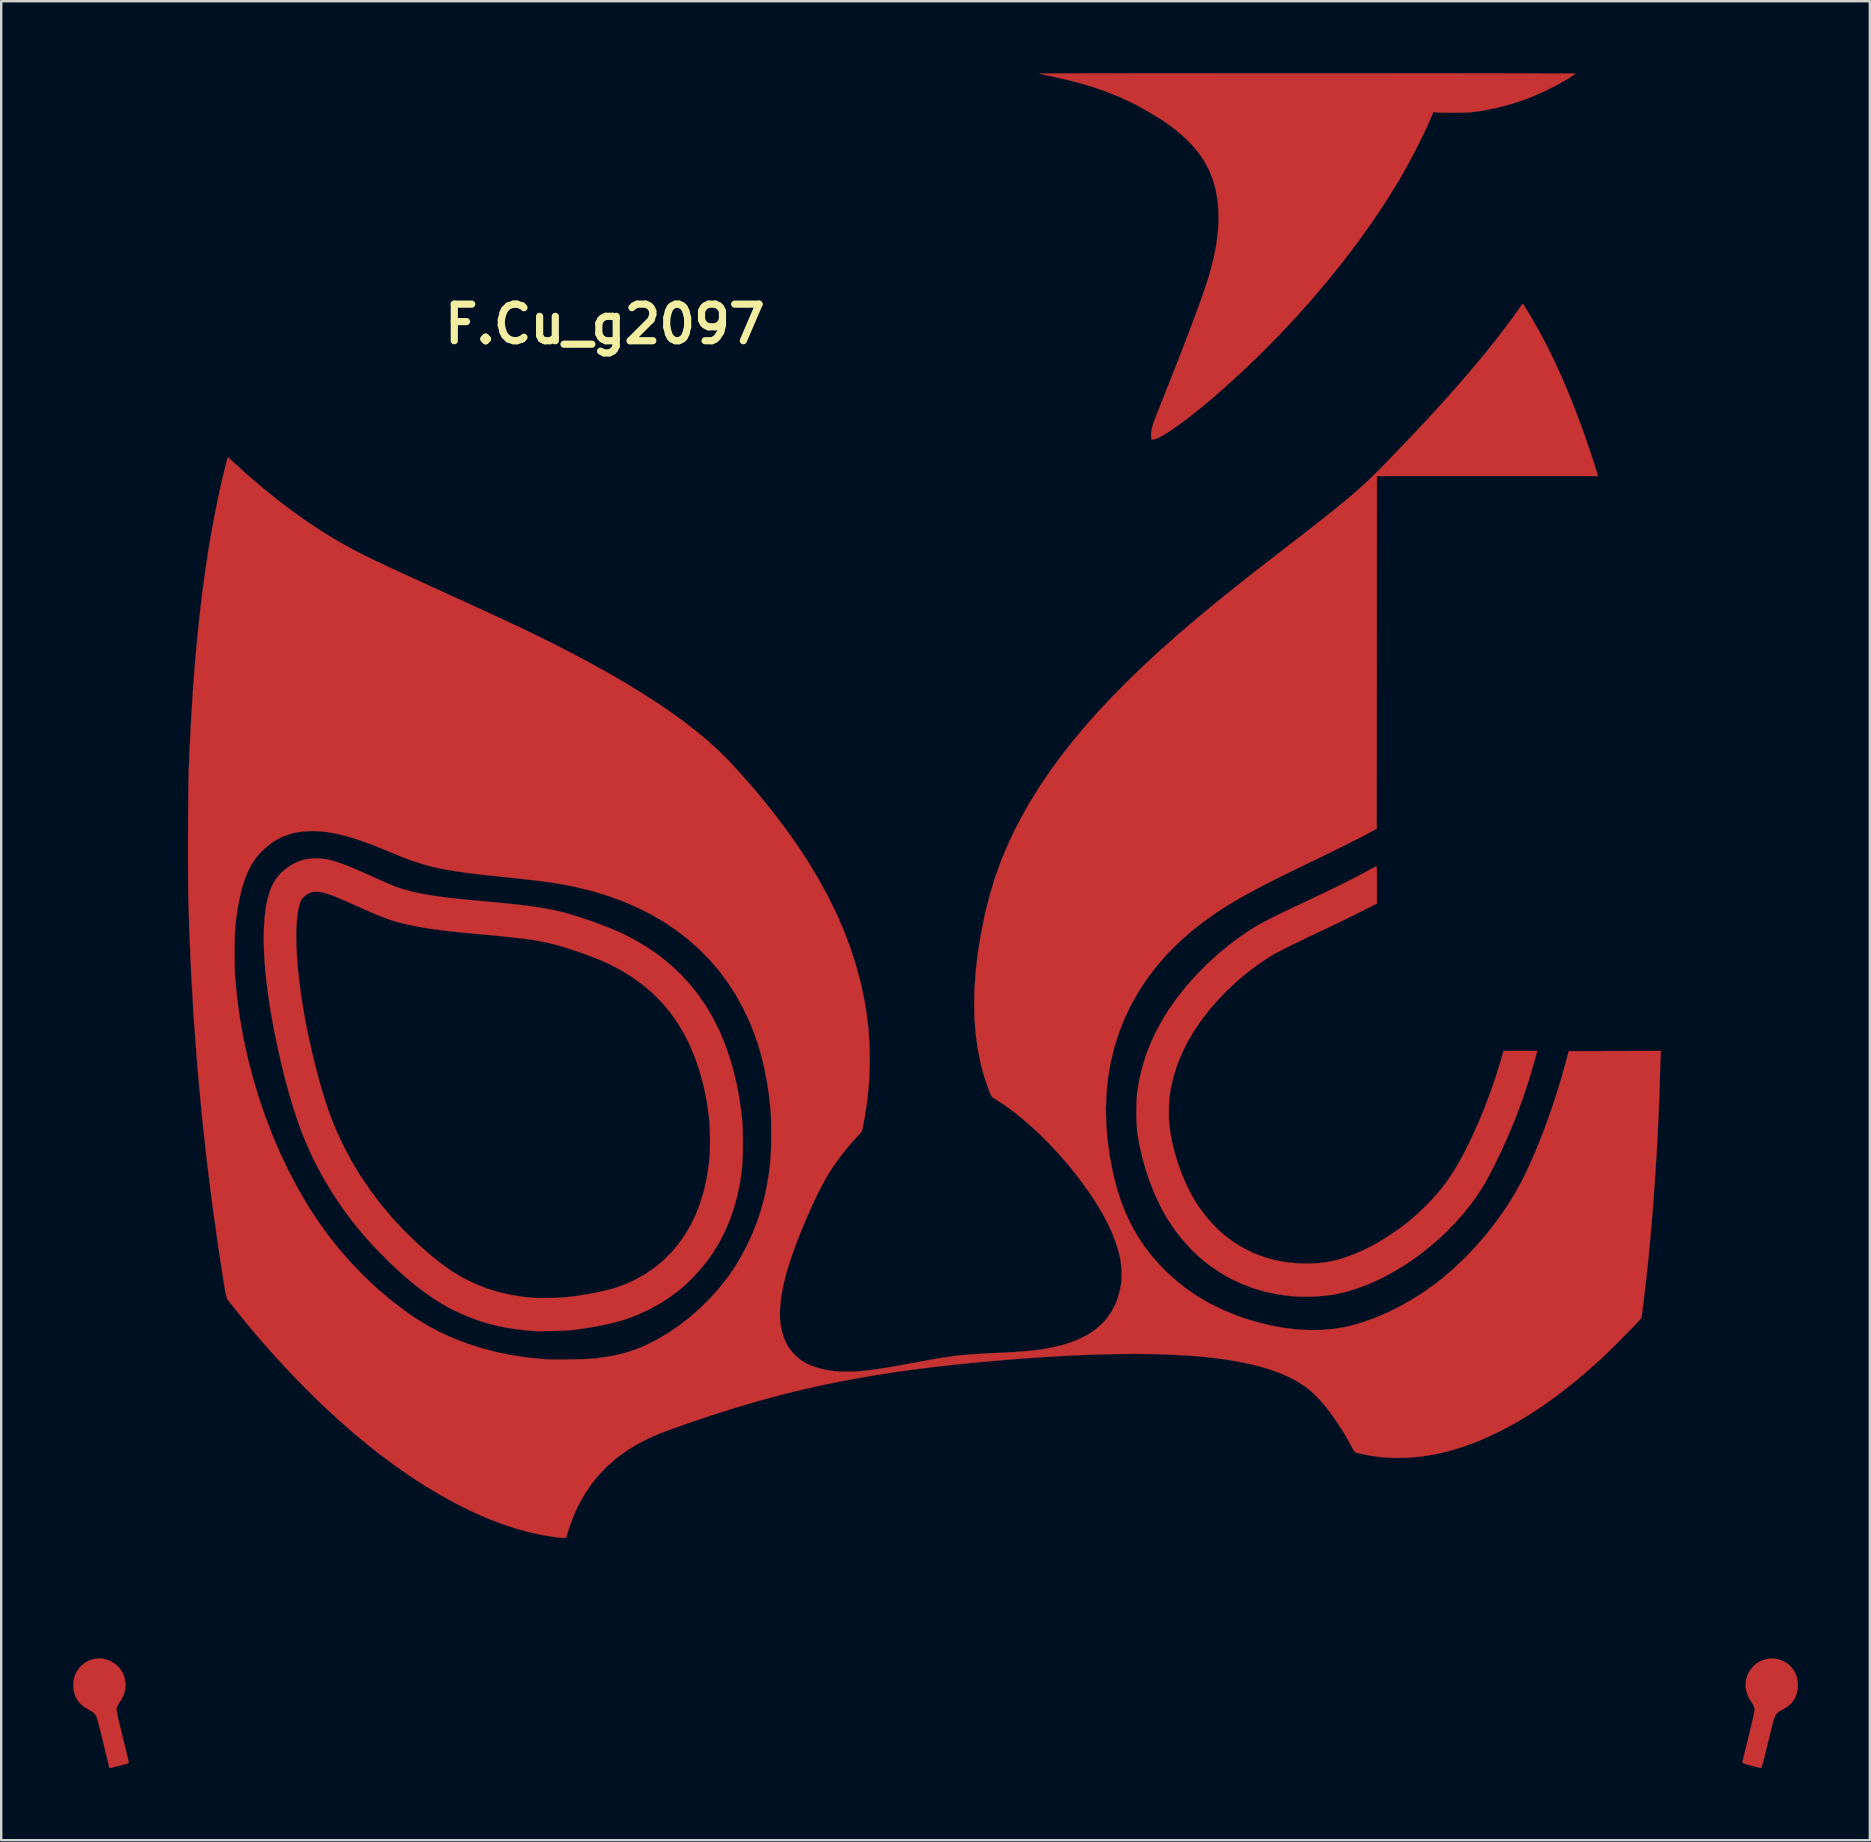
<source format=kicad_pcb>
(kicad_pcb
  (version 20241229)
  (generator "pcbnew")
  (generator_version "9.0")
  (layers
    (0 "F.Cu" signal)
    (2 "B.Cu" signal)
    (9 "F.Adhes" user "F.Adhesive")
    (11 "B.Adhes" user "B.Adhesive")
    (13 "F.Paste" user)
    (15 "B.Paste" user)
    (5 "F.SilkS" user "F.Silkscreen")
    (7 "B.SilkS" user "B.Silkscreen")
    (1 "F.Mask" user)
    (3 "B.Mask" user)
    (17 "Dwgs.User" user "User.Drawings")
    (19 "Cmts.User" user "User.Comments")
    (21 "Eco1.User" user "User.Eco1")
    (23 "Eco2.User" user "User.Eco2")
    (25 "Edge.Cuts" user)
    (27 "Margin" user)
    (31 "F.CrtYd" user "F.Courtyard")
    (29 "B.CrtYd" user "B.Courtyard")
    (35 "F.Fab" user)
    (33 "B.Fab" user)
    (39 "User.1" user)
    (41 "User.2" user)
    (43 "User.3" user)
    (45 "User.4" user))
  (footprint "F.Cu_g2097"
    (layer "F.Cu")
    (at 22.161 10.461)
    (property "Reference" "F.Cu_g2097" (at 0 0 0) (layer "F.SilkS") (effects (font (size 1.524 1.524) (thickness 0.3))))
    (attr through_hole)
    (fp_poly (pts (xy -20.92 55.623) (xy -20.741 55.666) (xy -20.572 55.737) (xy -20.416 55.835) (xy -20.278 55.958) (xy -20.161 56.105) (xy -20.07 56.273) (xy -20.009 56.46) (xy -19.982 56.665) (xy -19.981 56.714) (xy -19.993 56.889) (xy -20.032 57.053) (xy -20.1 57.217) (xy -20.202 57.391) (xy -20.21 57.403) (xy -20.283 57.519) (xy -20.329 57.612) (xy -20.352 57.686) (xy -20.354 57.695) (xy -20.356 57.722) (xy -20.354 57.758) (xy -20.349 57.806) (xy -20.338 57.87) (xy -20.321 57.952) (xy -20.298 58.058) (xy -20.268 58.189) (xy -20.23 58.35) (xy -20.183 58.544) (xy -20.126 58.775) (xy -20.11 58.842) (xy -20.059 59.047) (xy -20.012 59.24) (xy -19.969 59.418) (xy -19.931 59.576) (xy -19.899 59.71) (xy -19.874 59.817) (xy -19.856 59.891) (xy -19.848 59.93) (xy -19.848 59.933) (xy -19.85 59.95) (xy -19.864 59.965) (xy -19.896 59.981) (xy -19.951 60) (xy -20.034 60.024) (xy -20.152 60.054) (xy -20.193 60.065) (xy -20.312 60.095) (xy -20.421 60.123) (xy -20.51 60.145) (xy -20.572 60.161) (xy -20.595 60.166) (xy -20.649 60.178) (xy -20.878 59.23) (xy -20.926 59.031) (xy -20.973 58.84) (xy -21.016 58.662) (xy -21.056 58.502) (xy -21.09 58.365) (xy -21.118 58.255) (xy -21.137 58.178) (xy -21.147 58.144) (xy -21.189 58.03) (xy -21.248 57.935) (xy -21.331 57.853) (xy -21.445 57.776) (xy -21.533 57.728) (xy -21.723 57.613) (xy -21.875 57.48) (xy -21.993 57.326) (xy -22.079 57.148) (xy -22.13 56.968) (xy -22.156 56.749) (xy -22.143 56.535) (xy -22.092 56.332) (xy -22.004 56.143) (xy -21.88 55.974) (xy -21.811 55.903) (xy -21.647 55.776) (xy -21.471 55.685) (xy -21.289 55.631) (xy -21.104 55.611) (xy -20.92 55.623)) (stroke (width 0.01) (type solid)) (fill yes) (layer "F.Cu"))
    (fp_poly (pts (xy 48.758 55.619) (xy 48.951 55.658) (xy 49.132 55.731) (xy 49.298 55.835) (xy 49.443 55.969) (xy 49.562 56.131) (xy 49.652 56.32) (xy 49.658 56.335) (xy 49.683 56.429) (xy 49.703 56.544) (xy 49.714 56.653) (xy 49.709 56.878) (xy 49.666 57.085) (xy 49.588 57.274) (xy 49.475 57.44) (xy 49.329 57.582) (xy 49.15 57.697) (xy 49.144 57.701) (xy 49.044 57.753) (xy 48.962 57.8) (xy 48.896 57.847) (xy 48.841 57.9) (xy 48.795 57.962) (xy 48.755 58.04) (xy 48.718 58.138) (xy 48.681 58.261) (xy 48.641 58.414) (xy 48.595 58.603) (xy 48.587 58.638) (xy 48.511 58.952) (xy 48.445 59.225) (xy 48.387 59.461) (xy 48.337 59.66) (xy 48.295 59.824) (xy 48.261 59.954) (xy 48.233 60.053) (xy 48.212 60.122) (xy 48.197 60.162) (xy 48.187 60.175) (xy 48.187 60.175) (xy 48.16 60.169) (xy 48.1 60.154) (xy 48.012 60.132) (xy 47.903 60.104) (xy 47.784 60.072) (xy 47.649 60.036) (xy 47.55 60.008) (xy 47.482 59.986) (xy 47.439 59.969) (xy 47.416 59.954) (xy 47.409 59.939) (xy 47.41 59.931) (xy 47.416 59.903) (xy 47.431 59.838) (xy 47.455 59.74) (xy 47.485 59.614) (xy 47.522 59.462) (xy 47.564 59.29) (xy 47.61 59.101) (xy 47.659 58.9) (xy 47.669 58.861) (xy 47.719 58.657) (xy 47.765 58.462) (xy 47.807 58.282) (xy 47.844 58.122) (xy 47.875 57.984) (xy 47.899 57.874) (xy 47.914 57.795) (xy 47.921 57.753) (xy 47.921 57.75) (xy 47.902 57.64) (xy 47.846 57.514) (xy 47.768 57.392) (xy 47.654 57.202) (xy 47.58 57.008) (xy 47.544 56.803) (xy 47.541 56.709) (xy 47.56 56.508) (xy 47.618 56.313) (xy 47.709 56.132) (xy 47.831 55.969) (xy 47.978 55.832) (xy 48.147 55.726) (xy 48.157 55.721) (xy 48.356 55.648) (xy 48.558 55.615) (xy 48.758 55.619)) (stroke (width 0.01) (type solid)) (fill yes) (layer "F.Cu"))
    (fp_poly (pts (xy 29.956 -10.456) (xy 30.631 -10.456) (xy 31.295 -10.456) (xy 31.945 -10.456) (xy 32.581 -10.456) (xy 33.201 -10.455) (xy 33.805 -10.455) (xy 34.39 -10.455) (xy 34.956 -10.454) (xy 35.502 -10.454) (xy 36.026 -10.453) (xy 36.527 -10.452) (xy 37.004 -10.452) (xy 37.455 -10.451) (xy 37.88 -10.45) (xy 38.277 -10.45) (xy 38.645 -10.449) (xy 38.982 -10.448) (xy 39.288 -10.447) (xy 39.56 -10.446) (xy 39.799 -10.446) (xy 40.003 -10.445) (xy 40.17 -10.444) (xy 40.299 -10.443) (xy 40.389 -10.442) (xy 40.439 -10.441) (xy 40.45 -10.44) (xy 40.432 -10.424) (xy 40.386 -10.39) (xy 40.317 -10.344) (xy 40.232 -10.29) (xy 40.222 -10.284) (xy 39.644 -9.951) (xy 39.057 -9.66) (xy 38.461 -9.41) (xy 37.854 -9.2) (xy 37.237 -9.032) (xy 36.61 -8.905) (xy 36.28 -8.855) (xy 36.176 -8.842) (xy 36.067 -8.832) (xy 35.947 -8.825) (xy 35.809 -8.82) (xy 35.645 -8.817) (xy 35.449 -8.816) (xy 35.359 -8.816) (xy 35.194 -8.816) (xy 35.038 -8.818) (xy 34.898 -8.82) (xy 34.78 -8.823) (xy 34.69 -8.826) (xy 34.635 -8.83) (xy 34.627 -8.831) (xy 34.53 -8.846) (xy 34.397 -8.535) (xy 34.279 -8.269) (xy 34.142 -7.975) (xy 33.988 -7.661) (xy 33.823 -7.333) (xy 33.649 -7) (xy 33.471 -6.669) (xy 33.293 -6.346) (xy 33.117 -6.04) (xy 33 -5.842) (xy 32.499 -5.04) (xy 31.959 -4.234) (xy 31.383 -3.427) (xy 30.772 -2.622) (xy 30.13 -1.823) (xy 29.46 -1.031) (xy 28.763 -0.252) (xy 28.042 0.514) (xy 27.301 1.261) (xy 26.542 1.989) (xy 25.766 2.693) (xy 25.399 3.014) (xy 25.11 3.259) (xy 24.829 3.491) (xy 24.557 3.71) (xy 24.296 3.913) (xy 24.049 4.099) (xy 23.818 4.266) (xy 23.604 4.414) (xy 23.41 4.54) (xy 23.238 4.643) (xy 23.091 4.721) (xy 22.969 4.774) (xy 22.877 4.799) (xy 22.871 4.8) (xy 22.781 4.81) (xy 22.767 4.703) (xy 22.764 4.577) (xy 22.781 4.426) (xy 22.819 4.256) (xy 22.841 4.177) (xy 22.857 4.13) (xy 22.888 4.048) (xy 22.931 3.935) (xy 22.985 3.796) (xy 23.048 3.633) (xy 23.119 3.452) (xy 23.196 3.257) (xy 23.278 3.052) (xy 23.326 2.932) (xy 23.573 2.312) (xy 23.804 1.725) (xy 24.02 1.173) (xy 24.219 0.656) (xy 24.403 0.173) (xy 24.571 -0.274) (xy 24.722 -0.686) (xy 24.857 -1.061) (xy 24.976 -1.399) (xy 25.077 -1.7) (xy 25.162 -1.964) (xy 25.229 -2.189) (xy 25.241 -2.233) (xy 25.38 -2.784) (xy 25.482 -3.314) (xy 25.548 -3.822) (xy 25.577 -4.309) (xy 25.571 -4.774) (xy 25.528 -5.217) (xy 25.449 -5.639) (xy 25.333 -6.04) (xy 25.181 -6.419) (xy 24.993 -6.777) (xy 24.955 -6.84) (xy 24.755 -7.129) (xy 24.517 -7.417) (xy 24.243 -7.701) (xy 23.936 -7.978) (xy 23.599 -8.245) (xy 23.294 -8.461) (xy 23.173 -8.539) (xy 23.023 -8.632) (xy 22.853 -8.734) (xy 22.673 -8.841) (xy 22.491 -8.946) (xy 22.316 -9.044) (xy 22.157 -9.132) (xy 22.023 -9.202) (xy 22.018 -9.205) (xy 21.489 -9.453) (xy 20.927 -9.68) (xy 20.33 -9.888) (xy 19.698 -10.075) (xy 19.03 -10.242) (xy 18.535 -10.348) (xy 18.407 -10.374) (xy 18.293 -10.398) (xy 18.201 -10.419) (xy 18.136 -10.434) (xy 18.104 -10.443) (xy 18.103 -10.444) (xy 18.123 -10.445) (xy 18.184 -10.446) (xy 18.285 -10.446) (xy 18.425 -10.447) (xy 18.602 -10.448) (xy 18.816 -10.449) (xy 19.064 -10.449) (xy 19.346 -10.45) (xy 19.661 -10.45) (xy 20.007 -10.451) (xy 20.382 -10.452) (xy 20.787 -10.452) (xy 21.219 -10.453) (xy 21.678 -10.453) (xy 22.161 -10.454) (xy 22.669 -10.454) (xy 23.199 -10.454) (xy 23.75 -10.455) (xy 24.322 -10.455) (xy 24.913 -10.455) (xy 25.521 -10.456) (xy 26.146 -10.456) (xy 26.786 -10.456) (xy 27.44 -10.456) (xy 28.107 -10.456) (xy 28.785 -10.456) (xy 29.27 -10.456) (xy 29.956 -10.456)) (stroke (width 0.01) (type solid)) (fill yes) (layer "F.Cu"))
    (fp_poly (pts (xy 32.152 22.594) (xy 32.158 22.611) (xy 32.163 22.645) (xy 32.167 22.702) (xy 32.17 22.783) (xy 32.172 22.893) (xy 32.173 23.035) (xy 32.173 23.214) (xy 32.173 23.363) (xy 32.173 24.146) (xy 31.48 24.496) (xy 31.303 24.584) (xy 31.097 24.686) (xy 30.87 24.797) (xy 30.632 24.913) (xy 30.39 25.029) (xy 30.156 25.141) (xy 29.936 25.245) (xy 29.898 25.263) (xy 29.556 25.425) (xy 29.235 25.577) (xy 28.938 25.721) (xy 28.668 25.853) (xy 28.425 25.974) (xy 28.212 26.081) (xy 28.032 26.175) (xy 27.886 26.254) (xy 27.777 26.317) (xy 27.773 26.32) (xy 27.298 26.628) (xy 26.831 26.973) (xy 26.378 27.348) (xy 25.947 27.748) (xy 25.616 28.088) (xy 25.215 28.545) (xy 24.856 29.006) (xy 24.54 29.473) (xy 24.265 29.944) (xy 24.031 30.42) (xy 23.839 30.902) (xy 23.688 31.39) (xy 23.578 31.884) (xy 23.546 32.078) (xy 23.526 32.252) (xy 23.511 32.454) (xy 23.502 32.671) (xy 23.499 32.89) (xy 23.503 33.097) (xy 23.513 33.279) (xy 23.514 33.291) (xy 23.568 33.716) (xy 23.653 34.157) (xy 23.768 34.606) (xy 23.908 35.055) (xy 24.073 35.495) (xy 24.258 35.919) (xy 24.461 36.318) (xy 24.609 36.572) (xy 24.813 36.877) (xy 25.044 37.179) (xy 25.294 37.468) (xy 25.555 37.735) (xy 25.818 37.971) (xy 25.855 38.001) (xy 26.231 38.277) (xy 26.627 38.517) (xy 27.042 38.719) (xy 27.473 38.883) (xy 27.921 39.009) (xy 28.383 39.096) (xy 28.858 39.144) (xy 29.345 39.153) (xy 29.39 39.151) (xy 29.698 39.135) (xy 29.982 39.106) (xy 30.254 39.061) (xy 30.523 38.998) (xy 30.798 38.916) (xy 31.091 38.811) (xy 31.298 38.729) (xy 31.582 38.606) (xy 31.858 38.472) (xy 32.136 38.322) (xy 32.423 38.152) (xy 32.729 37.957) (xy 32.787 37.918) (xy 33.08 37.717) (xy 33.348 37.518) (xy 33.603 37.311) (xy 33.856 37.088) (xy 34.12 36.838) (xy 34.127 36.832) (xy 34.382 36.574) (xy 34.617 36.319) (xy 34.836 36.062) (xy 35.041 35.798) (xy 35.235 35.521) (xy 35.424 35.228) (xy 35.609 34.912) (xy 35.795 34.568) (xy 35.985 34.192) (xy 36.116 33.92) (xy 36.389 33.317) (xy 36.65 32.687) (xy 36.895 32.043) (xy 37.119 31.396) (xy 37.319 30.759) (xy 37.415 30.422) (xy 37.451 30.29) (xy 38.856 30.29) (xy 38.795 30.517) (xy 38.538 31.407) (xy 38.255 32.267) (xy 37.944 33.105) (xy 37.602 33.926) (xy 37.227 34.736) (xy 37.191 34.809) (xy 37.049 35.096) (xy 36.919 35.351) (xy 36.798 35.578) (xy 36.683 35.784) (xy 36.569 35.974) (xy 36.454 36.156) (xy 36.334 36.335) (xy 36.205 36.516) (xy 36.122 36.629) (xy 35.782 37.06) (xy 35.415 37.475) (xy 35.024 37.872) (xy 34.612 38.25) (xy 34.182 38.606) (xy 33.738 38.938) (xy 33.282 39.244) (xy 32.818 39.522) (xy 32.349 39.77) (xy 31.877 39.985) (xy 31.406 40.167) (xy 30.939 40.313) (xy 30.479 40.421) (xy 30.332 40.447) (xy 30.008 40.49) (xy 29.659 40.519) (xy 29.302 40.532) (xy 28.952 40.529) (xy 28.639 40.511) (xy 28.097 40.443) (xy 27.571 40.336) (xy 27.063 40.192) (xy 26.573 40.009) (xy 26.102 39.79) (xy 25.652 39.535) (xy 25.224 39.245) (xy 24.818 38.92) (xy 24.437 38.56) (xy 24.08 38.168) (xy 23.749 37.743) (xy 23.445 37.286) (xy 23.37 37.161) (xy 23.139 36.735) (xy 22.924 36.276) (xy 22.73 35.794) (xy 22.559 35.295) (xy 22.412 34.787) (xy 22.294 34.278) (xy 22.205 33.776) (xy 22.19 33.666) (xy 22.175 33.512) (xy 22.163 33.326) (xy 22.156 33.118) (xy 22.152 32.898) (xy 22.153 32.675) (xy 22.158 32.459) (xy 22.167 32.259) (xy 22.18 32.086) (xy 22.191 31.993) (xy 22.281 31.453) (xy 22.407 30.928) (xy 22.568 30.416) (xy 22.767 29.913) (xy 23.004 29.415) (xy 23.281 28.919) (xy 23.483 28.596) (xy 23.832 28.097) (xy 24.219 27.607) (xy 24.641 27.132) (xy 25.094 26.674) (xy 25.574 26.238) (xy 26.078 25.826) (xy 26.585 25.455) (xy 26.71 25.37) (xy 26.83 25.29) (xy 26.95 25.213) (xy 27.072 25.137) (xy 27.2 25.062) (xy 27.337 24.985) (xy 27.486 24.904) (xy 27.651 24.818) (xy 27.833 24.725) (xy 28.037 24.624) (xy 28.266 24.513) (xy 28.522 24.39) (xy 28.81 24.253) (xy 29.131 24.102) (xy 29.273 24.035) (xy 29.707 23.83) (xy 30.103 23.641) (xy 30.464 23.466) (xy 30.79 23.306) (xy 31.085 23.158) (xy 31.348 23.022) (xy 31.583 22.898) (xy 31.768 22.796) (xy 31.879 22.734) (xy 31.979 22.68) (xy 32.06 22.635) (xy 32.118 22.605) (xy 32.144 22.592) (xy 32.152 22.594)) (stroke (width 0.01) (type solid)) (fill yes) (layer "F.Cu"))
    (fp_poly (pts (xy -11.879 22.274) (xy -11.749 22.284) (xy -11.617 22.302) (xy -11.478 22.33) (xy -11.33 22.368) (xy -11.169 22.417) (xy -10.991 22.478) (xy -10.793 22.553) (xy -10.571 22.642) (xy -10.323 22.747) (xy -10.043 22.869) (xy -9.73 23.008) (xy -9.704 23.02) (xy -9.485 23.118) (xy -9.3 23.2) (xy -9.145 23.269) (xy -9.015 23.325) (xy -8.905 23.372) (xy -8.812 23.41) (xy -8.73 23.442) (xy -8.656 23.469) (xy -8.584 23.494) (xy -8.51 23.518) (xy -8.455 23.535) (xy -8.261 23.592) (xy -8.059 23.645) (xy -7.846 23.694) (xy -7.618 23.741) (xy -7.372 23.785) (xy -7.104 23.827) (xy -6.812 23.868) (xy -6.491 23.908) (xy -6.139 23.947) (xy -5.752 23.987) (xy -5.327 24.028) (xy -5.249 24.035) (xy -4.914 24.066) (xy -4.617 24.093) (xy -4.354 24.118) (xy -4.121 24.141) (xy -3.914 24.162) (xy -3.729 24.181) (xy -3.562 24.2) (xy -3.408 24.218) (xy -3.265 24.237) (xy -3.126 24.256) (xy -2.99 24.275) (xy -2.851 24.296) (xy -2.705 24.319) (xy -2.696 24.321) (xy -2.468 24.359) (xy -2.262 24.396) (xy -2.071 24.435) (xy -1.887 24.477) (xy -1.702 24.524) (xy -1.507 24.578) (xy -1.296 24.642) (xy -1.06 24.717) (xy -0.836 24.79) (xy -0.487 24.91) (xy -0.147 25.034) (xy 0.175 25.16) (xy 0.471 25.283) (xy 0.734 25.402) (xy 0.741 25.405) (xy 1.286 25.686) (xy 1.801 25.996) (xy 2.284 26.334) (xy 2.736 26.701) (xy 3.157 27.096) (xy 3.546 27.52) (xy 3.905 27.973) (xy 4.232 28.454) (xy 4.529 28.964) (xy 4.794 29.503) (xy 5.028 30.071) (xy 5.231 30.667) (xy 5.364 31.136) (xy 5.495 31.698) (xy 5.604 32.285) (xy 5.688 32.885) (xy 5.719 33.168) (xy 5.729 33.308) (xy 5.738 33.479) (xy 5.743 33.676) (xy 5.747 33.889) (xy 5.748 34.112) (xy 5.747 34.337) (xy 5.744 34.558) (xy 5.738 34.765) (xy 5.73 34.953) (xy 5.72 35.114) (xy 5.708 35.24) (xy 5.708 35.242) (xy 5.621 35.819) (xy 5.506 36.365) (xy 5.361 36.884) (xy 5.187 37.379) (xy 4.982 37.851) (xy 4.745 38.305) (xy 4.476 38.741) (xy 4.466 38.756) (xy 4.292 38.999) (xy 4.092 39.251) (xy 3.874 39.504) (xy 3.646 39.749) (xy 3.415 39.977) (xy 3.189 40.18) (xy 3.08 40.271) (xy 2.702 40.55) (xy 2.297 40.81) (xy 1.872 41.045) (xy 1.437 41.251) (xy 1.002 41.423) (xy 0.848 41.475) (xy 0.561 41.56) (xy 0.24 41.641) (xy -0.107 41.718) (xy -0.473 41.788) (xy -0.849 41.849) (xy -1.227 41.901) (xy -1.397 41.921) (xy -1.494 41.929) (xy -1.622 41.937) (xy -1.774 41.945) (xy -1.944 41.952) (xy -2.123 41.957) (xy -2.304 41.962) (xy -2.479 41.965) (xy -2.643 41.967) (xy -2.786 41.967) (xy -2.902 41.965) (xy -2.983 41.961) (xy -2.985 41.961) (xy -3.387 41.923) (xy -3.754 41.878) (xy -4.095 41.824) (xy -4.417 41.761) (xy -4.728 41.686) (xy -5.035 41.598) (xy -5.244 41.532) (xy -5.647 41.385) (xy -6.039 41.22) (xy -6.422 41.033) (xy -6.799 40.823) (xy -7.175 40.587) (xy -7.551 40.323) (xy -7.932 40.028) (xy -8.321 39.702) (xy -8.721 39.341) (xy -9.099 38.979) (xy -9.612 38.455) (xy -10.086 37.927) (xy -10.526 37.39) (xy -10.936 36.839) (xy -11.319 36.269) (xy -11.679 35.674) (xy -11.894 35.29) (xy -12.101 34.89) (xy -12.297 34.479) (xy -12.482 34.054) (xy -12.658 33.611) (xy -12.826 33.146) (xy -12.987 32.656) (xy -13.142 32.137) (xy -13.294 31.585) (xy -13.442 30.997) (xy -13.534 30.607) (xy -13.678 29.957) (xy -13.805 29.326) (xy -13.916 28.715) (xy -14.009 28.125) (xy -14.085 27.559) (xy -14.144 27.017) (xy -14.185 26.5) (xy -14.21 26.01) (xy -14.216 25.619) (xy -12.867 25.619) (xy -12.857 26.007) (xy -12.833 26.42) (xy -12.798 26.856) (xy -12.749 27.312) (xy -12.689 27.786) (xy -12.616 28.274) (xy -12.532 28.776) (xy -12.436 29.288) (xy -12.329 29.807) (xy -12.211 30.332) (xy -12.108 30.756) (xy -11.989 31.218) (xy -11.874 31.644) (xy -11.76 32.038) (xy -11.645 32.406) (xy -11.528 32.752) (xy -11.407 33.082) (xy -11.28 33.401) (xy -11.146 33.715) (xy -11.002 34.028) (xy -10.912 34.216) (xy -10.577 34.852) (xy -10.203 35.475) (xy -9.792 36.083) (xy -9.346 36.674) (xy -8.867 37.245) (xy -8.356 37.793) (xy -7.815 38.318) (xy -7.247 38.816) (xy -6.816 39.161) (xy -6.377 39.473) (xy -5.92 39.746) (xy -5.444 39.982) (xy -4.949 40.18) (xy -4.435 40.34) (xy -3.902 40.462) (xy -3.35 40.546) (xy -3.045 40.576) (xy -2.924 40.583) (xy -2.769 40.586) (xy -2.592 40.588) (xy -2.401 40.586) (xy -2.205 40.583) (xy -2.014 40.577) (xy -1.838 40.569) (xy -1.686 40.56) (xy -1.63 40.555) (xy -1.208 40.506) (xy -0.754 40.435) (xy -0.381 40.365) (xy -0.046 40.293) (xy 0.255 40.216) (xy 0.533 40.131) (xy 0.795 40.036) (xy 1.051 39.927) (xy 1.28 39.816) (xy 1.691 39.584) (xy 2.076 39.32) (xy 2.433 39.025) (xy 2.763 38.699) (xy 3.063 38.343) (xy 3.335 37.959) (xy 3.576 37.546) (xy 3.788 37.107) (xy 3.969 36.64) (xy 4.12 36.148) (xy 4.238 35.632) (xy 4.325 35.091) (xy 4.36 34.766) (xy 4.37 34.622) (xy 4.377 34.445) (xy 4.38 34.245) (xy 4.381 34.031) (xy 4.379 33.813) (xy 4.374 33.6) (xy 4.366 33.401) (xy 4.355 33.227) (xy 4.348 33.146) (xy 4.299 32.733) (xy 4.23 32.303) (xy 4.143 31.873) (xy 4.098 31.679) (xy 3.939 31.101) (xy 3.751 30.553) (xy 3.534 30.036) (xy 3.289 29.549) (xy 3.013 29.092) (xy 2.708 28.665) (xy 2.372 28.266) (xy 2.005 27.896) (xy 1.608 27.554) (xy 1.179 27.239) (xy 0.719 26.951) (xy 0.226 26.691) (xy 0.18 26.668) (xy -0.129 26.528) (xy -0.471 26.388) (xy -0.848 26.246) (xy -1.264 26.103) (xy -1.333 26.079) (xy -1.545 26.011) (xy -1.745 25.949) (xy -1.937 25.893) (xy -2.126 25.842) (xy -2.314 25.796) (xy -2.506 25.753) (xy -2.705 25.714) (xy -2.915 25.677) (xy -3.14 25.643) (xy -3.384 25.609) (xy -3.651 25.577) (xy -3.944 25.544) (xy -4.266 25.511) (xy -4.623 25.477) (xy -5.017 25.44) (xy -5.112 25.432) (xy -5.496 25.396) (xy -5.843 25.363) (xy -6.156 25.332) (xy -6.439 25.302) (xy -6.696 25.272) (xy -6.933 25.242) (xy -7.152 25.212) (xy -7.359 25.181) (xy -7.557 25.149) (xy -7.75 25.114) (xy -7.927 25.081) (xy -8.145 25.036) (xy -8.343 24.993) (xy -8.527 24.948) (xy -8.704 24.9) (xy -8.878 24.847) (xy -9.056 24.786) (xy -9.244 24.716) (xy -9.447 24.635) (xy -9.671 24.541) (xy -9.921 24.432) (xy -10.174 24.319) (xy -10.448 24.197) (xy -10.687 24.092) (xy -10.895 24.002) (xy -11.075 23.925) (xy -11.23 23.862) (xy -11.365 23.809) (xy -11.482 23.767) (xy -11.586 23.732) (xy -11.679 23.705) (xy -11.72 23.694) (xy -11.917 23.656) (xy -12.091 23.651) (xy -12.247 23.68) (xy -12.389 23.745) (xy -12.522 23.845) (xy -12.559 23.88) (xy -12.627 23.956) (xy -12.673 24.027) (xy -12.708 24.113) (xy -12.717 24.141) (xy -12.774 24.366) (xy -12.818 24.63) (xy -12.848 24.928) (xy -12.864 25.258) (xy -12.867 25.619) (xy -14.216 25.619) (xy -14.217 25.549) (xy -14.207 25.118) (xy -14.179 24.717) (xy -14.134 24.349) (xy -14.072 24.015) (xy -13.991 23.716) (xy -13.894 23.454) (xy -13.849 23.357) (xy -13.707 23.121) (xy -13.53 22.906) (xy -13.318 22.714) (xy -13.075 22.547) (xy -12.922 22.463) (xy -12.743 22.383) (xy -12.568 22.327) (xy -12.384 22.291) (xy -12.176 22.274) (xy -12.145 22.273) (xy -12.01 22.27) (xy -11.879 22.274)) (stroke (width 0.01) (type solid)) (fill yes) (layer "F.Cu"))
    (fp_poly (pts (xy 38.267 -0.83) (xy 38.299 -0.787) (xy 38.333 -0.736) (xy 38.656 -0.204) (xy 38.967 0.347) (xy 39.269 0.92) (xy 39.563 1.518) (xy 39.85 2.145) (xy 40.132 2.805) (xy 40.411 3.499) (xy 40.688 4.233) (xy 40.704 4.276) (xy 40.747 4.396) (xy 40.798 4.54) (xy 40.854 4.702) (xy 40.915 4.878) (xy 40.978 5.062) (xy 41.041 5.249) (xy 41.103 5.434) (xy 41.163 5.613) (xy 41.218 5.78) (xy 41.268 5.93) (xy 41.309 6.059) (xy 41.341 6.161) (xy 41.362 6.232) (xy 41.369 6.26) (xy 41.384 6.329) (xy 32.173 6.329) (xy 32.163 21.029) (xy 31.919 21.162) (xy 31.801 21.226) (xy 31.649 21.305) (xy 31.467 21.399) (xy 31.259 21.504) (xy 31.031 21.619) (xy 30.786 21.742) (xy 30.528 21.869) (xy 30.263 22) (xy 29.993 22.133) (xy 29.724 22.264) (xy 29.46 22.391) (xy 29.427 22.407) (xy 28.963 22.632) (xy 28.534 22.841) (xy 28.14 23.036) (xy 27.776 23.219) (xy 27.44 23.392) (xy 27.129 23.555) (xy 26.842 23.709) (xy 26.575 23.857) (xy 26.325 24) (xy 26.09 24.14) (xy 25.867 24.277) (xy 25.653 24.413) (xy 25.498 24.515) (xy 24.926 24.919) (xy 24.391 25.344) (xy 23.893 25.788) (xy 23.432 26.253) (xy 23.008 26.738) (xy 22.621 27.243) (xy 22.271 27.768) (xy 21.959 28.312) (xy 21.889 28.446) (xy 21.626 29.01) (xy 21.402 29.588) (xy 21.218 30.181) (xy 21.073 30.788) (xy 20.968 31.407) (xy 20.903 32.04) (xy 20.878 32.685) (xy 20.892 33.343) (xy 20.947 34.011) (xy 21.041 34.691) (xy 21.175 35.381) (xy 21.179 35.398) (xy 21.324 35.975) (xy 21.497 36.521) (xy 21.698 37.037) (xy 21.928 37.526) (xy 22.189 37.991) (xy 22.482 38.434) (xy 22.808 38.856) (xy 23.168 39.26) (xy 23.381 39.476) (xy 23.807 39.863) (xy 24.258 40.218) (xy 24.735 40.54) (xy 25.239 40.831) (xy 25.771 41.09) (xy 26.332 41.319) (xy 26.659 41.435) (xy 27.215 41.603) (xy 27.767 41.736) (xy 28.312 41.834) (xy 28.85 41.897) (xy 29.376 41.924) (xy 29.888 41.916) (xy 30.385 41.873) (xy 30.864 41.794) (xy 31.097 41.74) (xy 31.596 41.595) (xy 32.102 41.413) (xy 32.612 41.194) (xy 33.12 40.943) (xy 33.621 40.66) (xy 34.112 40.349) (xy 34.586 40.011) (xy 34.904 39.764) (xy 35.397 39.34) (xy 35.876 38.881) (xy 36.337 38.394) (xy 36.776 37.882) (xy 37.187 37.351) (xy 37.569 36.805) (xy 37.915 36.251) (xy 38.17 35.793) (xy 38.366 35.403) (xy 38.565 34.976) (xy 38.765 34.518) (xy 38.963 34.034) (xy 39.159 33.529) (xy 39.349 33.008) (xy 39.532 32.476) (xy 39.705 31.94) (xy 39.868 31.403) (xy 40.018 30.872) (xy 40.086 30.618) (xy 40.168 30.3) (xy 44.008 30.289) (xy 43.997 30.506) (xy 43.993 30.595) (xy 43.988 30.716) (xy 43.983 30.858) (xy 43.978 31.011) (xy 43.974 31.165) (xy 43.973 31.189) (xy 43.948 32.051) (xy 43.913 32.931) (xy 43.871 33.824) (xy 43.821 34.724) (xy 43.763 35.625) (xy 43.699 36.52) (xy 43.628 37.405) (xy 43.552 38.273) (xy 43.469 39.118) (xy 43.382 39.935) (xy 43.29 40.716) (xy 43.265 40.912) (xy 43.202 41.407) (xy 43.101 41.525) (xy 43.045 41.588) (xy 42.963 41.677) (xy 42.858 41.786) (xy 42.735 41.913) (xy 42.598 42.052) (xy 42.451 42.201) (xy 42.299 42.354) (xy 42.144 42.508) (xy 41.992 42.659) (xy 41.847 42.802) (xy 41.711 42.933) (xy 41.591 43.049) (xy 41.489 43.145) (xy 41.455 43.176) (xy 40.85 43.713) (xy 40.253 44.209) (xy 39.663 44.666) (xy 39.077 45.085) (xy 38.495 45.467) (xy 37.915 45.812) (xy 37.335 46.122) (xy 36.754 46.398) (xy 36.29 46.594) (xy 35.719 46.802) (xy 35.152 46.971) (xy 34.589 47.101) (xy 34.032 47.191) (xy 33.483 47.242) (xy 32.941 47.253) (xy 32.409 47.224) (xy 31.888 47.155) (xy 31.38 47.046) (xy 31.323 47.031) (xy 31.29 47.02) (xy 31.262 47.002) (xy 31.234 46.971) (xy 31.2 46.921) (xy 31.157 46.844) (xy 31.113 46.762) (xy 30.908 46.393) (xy 30.693 46.037) (xy 30.472 45.699) (xy 30.247 45.383) (xy 30.022 45.093) (xy 29.799 44.833) (xy 29.581 44.607) (xy 29.453 44.489) (xy 29.183 44.274) (xy 28.879 44.076) (xy 28.541 43.893) (xy 28.168 43.728) (xy 27.76 43.578) (xy 27.315 43.443) (xy 26.833 43.325) (xy 26.314 43.221) (xy 25.757 43.133) (xy 25.161 43.06) (xy 24.776 43.022) (xy 24.163 42.976) (xy 23.51 42.942) (xy 22.819 42.922) (xy 22.091 42.915) (xy 21.325 42.92) (xy 20.524 42.939) (xy 19.688 42.97) (xy 18.818 43.015) (xy 17.914 43.072) (xy 17.283 43.118) (xy 16.322 43.196) (xy 15.4 43.279) (xy 14.514 43.369) (xy 13.66 43.466) (xy 12.835 43.57) (xy 12.036 43.682) (xy 11.26 43.802) (xy 10.503 43.932) (xy 9.762 44.072) (xy 9.034 44.221) (xy 8.316 44.382) (xy 7.604 44.555) (xy 6.895 44.739) (xy 6.187 44.937) (xy 5.475 45.148) (xy 4.756 45.373) (xy 4.286 45.526) (xy 4.049 45.605) (xy 3.803 45.688) (xy 3.554 45.774) (xy 3.308 45.859) (xy 3.072 45.942) (xy 2.85 46.022) (xy 2.648 46.095) (xy 2.474 46.159) (xy 2.331 46.214) (xy 2.286 46.231) (xy 1.782 46.452) (xy 1.312 46.698) (xy 0.874 46.97) (xy 0.47 47.269) (xy 0.097 47.595) (xy -0.244 47.948) (xy -0.554 48.329) (xy -0.833 48.739) (xy -1.082 49.177) (xy -1.26 49.552) (xy -1.294 49.634) (xy -1.335 49.738) (xy -1.38 49.858) (xy -1.427 49.987) (xy -1.473 50.118) (xy -1.516 50.243) (xy -1.553 50.357) (xy -1.583 50.451) (xy -1.602 50.52) (xy -1.609 50.555) (xy -1.616 50.571) (xy -1.639 50.582) (xy -1.685 50.586) (xy -1.757 50.583) (xy -1.86 50.574) (xy -1.999 50.558) (xy -2.032 50.555) (xy -2.596 50.468) (xy -3.173 50.342) (xy -3.763 50.178) (xy -4.363 49.976) (xy -4.975 49.736) (xy -5.595 49.459) (xy -6.223 49.146) (xy -6.858 48.797) (xy -7.498 48.413) (xy -8.143 47.994) (xy -8.791 47.541) (xy -9.442 47.054) (xy -9.79 46.781) (xy -10.456 46.23) (xy -11.128 45.641) (xy -11.799 45.017) (xy -12.469 44.362) (xy -13.132 43.679) (xy -13.785 42.972) (xy -14.426 42.243) (xy -14.751 41.858) (xy -14.839 41.752) (xy -14.94 41.629) (xy -15.05 41.495) (xy -15.164 41.354) (xy -15.279 41.211) (xy -15.39 41.073) (xy -15.493 40.943) (xy -15.584 40.829) (xy -15.659 40.734) (xy -15.713 40.663) (xy -15.73 40.64) (xy -15.741 40.622) (xy -15.752 40.598) (xy -15.764 40.565) (xy -15.776 40.52) (xy -15.79 40.462) (xy -15.806 40.387) (xy -15.823 40.293) (xy -15.844 40.176) (xy -15.867 40.035) (xy -15.894 39.867) (xy -15.925 39.67) (xy -15.961 39.439) (xy -16.002 39.174) (xy -16.048 38.871) (xy -16.078 38.672) (xy -16.348 36.788) (xy -16.587 34.88) (xy -16.797 32.955) (xy -16.976 31.019) (xy -17.123 29.08) (xy -17.238 27.143) (xy -17.272 26.367) (xy -15.438 26.367) (xy -15.435 26.608) (xy -15.431 26.836) (xy -15.424 27.043) (xy -15.414 27.22) (xy -15.412 27.252) (xy -15.332 28.078) (xy -15.219 28.906) (xy -15.072 29.734) (xy -14.892 30.558) (xy -14.682 31.376) (xy -14.441 32.184) (xy -14.171 32.98) (xy -13.874 33.759) (xy -13.549 34.52) (xy -13.199 35.259) (xy -12.825 35.972) (xy -12.427 36.658) (xy -12.007 37.312) (xy -11.601 37.885) (xy -11.11 38.51) (xy -10.591 39.106) (xy -10.046 39.672) (xy -9.477 40.205) (xy -8.884 40.705) (xy -8.27 41.169) (xy -7.922 41.409) (xy -7.418 41.722) (xy -6.884 42.007) (xy -6.323 42.263) (xy -5.737 42.488) (xy -5.13 42.683) (xy -4.504 42.845) (xy -3.861 42.975) (xy -3.205 43.071) (xy -2.762 43.115) (xy -2.65 43.125) (xy -2.545 43.134) (xy -2.46 43.141) (xy -2.404 43.146) (xy -2.402 43.146) (xy -2.328 43.15) (xy -2.218 43.153) (xy -2.078 43.154) (xy -1.914 43.154) (xy -1.734 43.152) (xy -1.543 43.149) (xy -1.347 43.146) (xy -1.154 43.141) (xy -0.968 43.136) (xy -0.797 43.13) (xy -0.647 43.123) (xy -0.525 43.116) (xy -0.435 43.109) (xy -0.427 43.108) (xy -0.047 43.058) (xy 0.299 43.001) (xy 0.617 42.933) (xy 0.917 42.852) (xy 1.206 42.758) (xy 1.492 42.647) (xy 1.651 42.578) (xy 2.137 42.338) (xy 2.615 42.058) (xy 3.081 41.743) (xy 3.533 41.394) (xy 3.966 41.015) (xy 4.378 40.608) (xy 4.764 40.176) (xy 5.121 39.723) (xy 5.203 39.61) (xy 5.46 39.225) (xy 5.707 38.806) (xy 5.927 38.386) (xy 6.144 37.917) (xy 6.331 37.448) (xy 6.492 36.973) (xy 6.627 36.485) (xy 6.739 35.977) (xy 6.829 35.443) (xy 6.893 34.936) (xy 6.904 34.801) (xy 6.914 34.632) (xy 6.921 34.436) (xy 6.927 34.219) (xy 6.931 33.99) (xy 6.932 33.756) (xy 6.931 33.524) (xy 6.929 33.302) (xy 6.924 33.096) (xy 6.917 32.916) (xy 6.907 32.767) (xy 6.905 32.734) (xy 6.837 32.122) (xy 6.75 31.544) (xy 6.643 30.994) (xy 6.515 30.468) (xy 6.364 29.961) (xy 6.189 29.468) (xy 6.028 29.072) (xy 5.76 28.502) (xy 5.459 27.958) (xy 5.126 27.441) (xy 4.761 26.951) (xy 4.364 26.489) (xy 3.937 26.054) (xy 3.479 25.647) (xy 2.991 25.269) (xy 2.474 24.92) (xy 1.928 24.601) (xy 1.354 24.311) (xy 0.752 24.051) (xy 0.122 23.822) (xy -0.534 23.623) (xy -1.216 23.456) (xy -1.64 23.371) (xy -1.802 23.341) (xy -1.963 23.314) (xy -2.125 23.287) (xy -2.294 23.262) (xy -2.473 23.237) (xy -2.666 23.211) (xy -2.878 23.185) (xy -3.112 23.157) (xy -3.373 23.128) (xy -3.664 23.096) (xy -3.99 23.062) (xy -4.307 23.029) (xy -4.749 22.982) (xy -5.152 22.938) (xy -5.52 22.894) (xy -5.858 22.851) (xy -6.168 22.806) (xy -6.454 22.761) (xy -6.721 22.713) (xy -6.972 22.662) (xy -7.211 22.606) (xy -7.442 22.546) (xy -7.668 22.481) (xy -7.893 22.408) (xy -8.121 22.329) (xy -8.356 22.241) (xy -8.601 22.144) (xy -8.861 22.037) (xy -8.964 21.993) (xy -9.397 21.815) (xy -9.798 21.659) (xy -10.17 21.525) (xy -10.516 21.411) (xy -10.84 21.318) (xy -11.144 21.244) (xy -11.432 21.188) (xy -11.707 21.15) (xy -11.972 21.129) (xy -12.194 21.123) (xy -12.552 21.138) (xy -12.884 21.186) (xy -13.195 21.267) (xy -13.487 21.383) (xy -13.763 21.534) (xy -13.906 21.63) (xy -14.032 21.727) (xy -14.168 21.846) (xy -14.304 21.976) (xy -14.43 22.107) (xy -14.534 22.227) (xy -14.555 22.255) (xy -14.724 22.51) (xy -14.875 22.802) (xy -15.01 23.134) (xy -15.127 23.504) (xy -15.228 23.912) (xy -15.311 24.358) (xy -15.377 24.842) (xy -15.402 25.085) (xy -15.414 25.239) (xy -15.423 25.428) (xy -15.43 25.643) (xy -15.435 25.876) (xy -15.437 26.121) (xy -15.438 26.367) (xy -17.272 26.367) (xy -17.321 25.217) (xy -17.359 23.918) (xy -17.363 23.706) (xy -17.366 23.46) (xy -17.369 23.186) (xy -17.371 22.887) (xy -17.372 22.567) (xy -17.373 22.232) (xy -17.373 21.885) (xy -17.373 21.531) (xy -17.372 21.173) (xy -17.37 20.817) (xy -17.368 20.466) (xy -17.366 20.126) (xy -17.363 19.799) (xy -17.359 19.491) (xy -17.355 19.206) (xy -17.35 18.948) (xy -17.345 18.722) (xy -17.34 18.531) (xy -17.337 18.447) (xy -17.288 17.315) (xy -17.229 16.223) (xy -17.161 15.169) (xy -17.084 14.151) (xy -16.996 13.168) (xy -16.899 12.217) (xy -16.791 11.297) (xy -16.672 10.407) (xy -16.543 9.545) (xy -16.403 8.708) (xy -16.253 7.896) (xy -16.091 7.106) (xy -16.011 6.743) (xy -15.979 6.604) (xy -15.944 6.454) (xy -15.907 6.299) (xy -15.87 6.145) (xy -15.834 5.997) (xy -15.8 5.862) (xy -15.77 5.744) (xy -15.746 5.649) (xy -15.727 5.582) (xy -15.717 5.551) (xy -15.716 5.549) (xy -15.699 5.56) (xy -15.656 5.596) (xy -15.592 5.652) (xy -15.511 5.725) (xy -15.42 5.809) (xy -15.415 5.813) (xy -14.822 6.349) (xy -14.215 6.865) (xy -13.601 7.358) (xy -12.983 7.825) (xy -12.366 8.26) (xy -11.756 8.662) (xy -11.388 8.889) (xy -11.241 8.977) (xy -11.095 9.062) (xy -10.949 9.146) (xy -10.8 9.229) (xy -10.647 9.313) (xy -10.485 9.399) (xy -10.314 9.488) (xy -10.131 9.581) (xy -9.934 9.679) (xy -9.721 9.783) (xy -9.488 9.895) (xy -9.234 10.015) (xy -8.957 10.146) (xy -8.654 10.286) (xy -8.324 10.439) (xy -7.962 10.605) (xy -7.569 10.785) (xy -7.14 10.981) (xy -6.826 11.124) (xy -6.353 11.339) (xy -5.916 11.538) (xy -5.513 11.723) (xy -5.139 11.894) (xy -4.794 12.053) (xy -4.473 12.201) (xy -4.175 12.34) (xy -3.897 12.471) (xy -3.635 12.594) (xy -3.387 12.712) (xy -3.151 12.826) (xy -2.923 12.936) (xy -2.701 13.045) (xy -2.482 13.153) (xy -2.264 13.261) (xy -2.244 13.271) (xy -1.406 13.699) (xy -0.609 14.123) (xy 0.149 14.544) (xy 0.866 14.961) (xy 1.542 15.375) (xy 2.178 15.784) (xy 2.773 16.19) (xy 3.326 16.592) (xy 3.838 16.99) (xy 4.309 17.383) (xy 4.738 17.773) (xy 5.106 18.137) (xy 5.218 18.255) (xy 5.351 18.399) (xy 5.5 18.562) (xy 5.658 18.738) (xy 5.821 18.92) (xy 5.981 19.102) (xy 6.134 19.277) (xy 6.272 19.438) (xy 6.365 19.547) (xy 6.956 20.273) (xy 7.505 20.994) (xy 8.013 21.71) (xy 8.48 22.423) (xy 8.907 23.133) (xy 9.294 23.841) (xy 9.641 24.548) (xy 9.949 25.255) (xy 10.219 25.962) (xy 10.45 26.67) (xy 10.643 27.38) (xy 10.798 28.093) (xy 10.889 28.617) (xy 10.977 29.329) (xy 11.027 30.052) (xy 11.038 30.782) (xy 11.011 31.513) (xy 10.946 32.239) (xy 10.843 32.955) (xy 10.773 33.329) (xy 10.711 33.639) (xy 10.568 33.796) (xy 10.28 34.118) (xy 10.022 34.423) (xy 9.789 34.72) (xy 9.575 35.016) (xy 9.377 35.316) (xy 9.189 35.629) (xy 9.008 35.961) (xy 8.828 36.319) (xy 8.644 36.711) (xy 8.619 36.767) (xy 8.368 37.337) (xy 8.144 37.877) (xy 7.946 38.386) (xy 7.775 38.866) (xy 7.629 39.317) (xy 7.51 39.741) (xy 7.417 40.139) (xy 7.35 40.512) (xy 7.308 40.861) (xy 7.291 41.188) (xy 7.299 41.492) (xy 7.333 41.776) (xy 7.391 42.04) (xy 7.473 42.286) (xy 7.58 42.514) (xy 7.615 42.577) (xy 7.706 42.711) (xy 7.822 42.853) (xy 7.951 42.991) (xy 8.083 43.11) (xy 8.16 43.17) (xy 8.379 43.303) (xy 8.631 43.417) (xy 8.912 43.51) (xy 9.217 43.583) (xy 9.541 43.632) (xy 9.878 43.659) (xy 10.225 43.66) (xy 10.287 43.658) (xy 10.448 43.649) (xy 10.61 43.638) (xy 10.777 43.623) (xy 10.952 43.605) (xy 11.139 43.581) (xy 11.341 43.553) (xy 11.563 43.52) (xy 11.809 43.48) (xy 12.081 43.433) (xy 12.384 43.38) (xy 12.721 43.318) (xy 13.049 43.258) (xy 13.354 43.201) (xy 13.627 43.152) (xy 13.874 43.109) (xy 14.1 43.072) (xy 14.312 43.039) (xy 14.515 43.012) (xy 14.715 42.988) (xy 14.918 42.967) (xy 15.13 42.948) (xy 15.357 42.931) (xy 15.604 42.915) (xy 15.878 42.9) (xy 16.184 42.884) (xy 16.425 42.873) (xy 16.765 42.855) (xy 17.068 42.838) (xy 17.338 42.819) (xy 17.582 42.8) (xy 17.803 42.778) (xy 18.008 42.754) (xy 18.202 42.727) (xy 18.388 42.696) (xy 18.574 42.662) (xy 18.628 42.651) (xy 19.058 42.55) (xy 19.453 42.425) (xy 19.813 42.278) (xy 20.138 42.107) (xy 20.429 41.912) (xy 20.686 41.694) (xy 20.908 41.451) (xy 21.098 41.184) (xy 21.255 40.893) (xy 21.378 40.576) (xy 21.379 40.575) (xy 21.466 40.259) (xy 21.52 39.943) (xy 21.541 39.624) (xy 21.528 39.299) (xy 21.481 38.963) (xy 21.4 38.614) (xy 21.284 38.248) (xy 21.15 37.899) (xy 20.969 37.502) (xy 20.753 37.092) (xy 20.505 36.673) (xy 20.228 36.247) (xy 19.925 35.82) (xy 19.6 35.394) (xy 19.257 34.974) (xy 18.898 34.563) (xy 18.526 34.166) (xy 18.146 33.785) (xy 17.76 33.425) (xy 17.371 33.089) (xy 16.984 32.781) (xy 16.601 32.505) (xy 16.225 32.265) (xy 16.19 32.244) (xy 16.157 32.222) (xy 16.129 32.194) (xy 16.103 32.153) (xy 16.073 32.091) (xy 16.036 32.002) (xy 16.007 31.927) (xy 15.819 31.39) (xy 15.666 30.828) (xy 15.547 30.242) (xy 15.461 29.632) (xy 15.409 28.998) (xy 15.392 28.341) (xy 15.408 27.662) (xy 15.458 26.961) (xy 15.541 26.238) (xy 15.659 25.494) (xy 15.811 24.73) (xy 15.877 24.437) (xy 16.057 23.731) (xy 16.265 23.051) (xy 16.502 22.39) (xy 16.759 21.77) (xy 17.05 21.146) (xy 17.372 20.524) (xy 17.725 19.903) (xy 18.111 19.282) (xy 18.53 18.662) (xy 18.983 18.04) (xy 19.471 17.416) (xy 19.993 16.788) (xy 20.552 16.157) (xy 21.148 15.521) (xy 21.78 14.88) (xy 22.452 14.232) (xy 23.161 13.576) (xy 23.911 12.913) (xy 24.701 12.24) (xy 24.744 12.204) (xy 24.991 11.998) (xy 25.232 11.8) (xy 25.469 11.605) (xy 25.707 11.411) (xy 25.95 11.216) (xy 26.201 11.015) (xy 26.464 10.806) (xy 26.742 10.586) (xy 27.041 10.352) (xy 27.363 10.101) (xy 27.712 9.83) (xy 27.99 9.614) (xy 28.271 9.397) (xy 28.52 9.204) (xy 28.741 9.033) (xy 28.937 8.882) (xy 29.109 8.748) (xy 29.26 8.631) (xy 29.393 8.528) (xy 29.51 8.436) (xy 29.614 8.355) (xy 29.708 8.282) (xy 29.793 8.214) (xy 29.873 8.151) (xy 29.95 8.09) (xy 30.027 8.029) (xy 30.105 7.966) (xy 30.152 7.929) (xy 30.438 7.699) (xy 30.696 7.49) (xy 30.93 7.296) (xy 31.145 7.114) (xy 31.347 6.939) (xy 31.54 6.766) (xy 31.731 6.59) (xy 31.923 6.407) (xy 32.123 6.211) (xy 32.334 6) (xy 32.563 5.766) (xy 32.815 5.507) (xy 32.846 5.475) (xy 33.374 4.924) (xy 33.873 4.397) (xy 34.344 3.893) (xy 34.789 3.407) (xy 35.212 2.937) (xy 35.614 2.482) (xy 35.997 2.037) (xy 36.366 1.601) (xy 36.721 1.17) (xy 37.065 0.742) (xy 37.072 0.733) (xy 37.169 0.609) (xy 37.28 0.466) (xy 37.4 0.308) (xy 37.525 0.142) (xy 37.651 -0.026) (xy 37.773 -0.19) (xy 37.886 -0.343) (xy 37.986 -0.481) (xy 38.068 -0.596) (xy 38.121 -0.674) (xy 38.172 -0.747) (xy 38.214 -0.805) (xy 38.242 -0.84) (xy 38.25 -0.846) (xy 38.267 -0.83)) (stroke (width 0.01) (type solid)) (fill yes) (layer "F.Cu")))
  (gr_rect
    (start -3 -3)
    (end 74.88 73.644)
    (stroke (width 0.1) (type default))
    (fill no)
    (layer "Edge.Cuts")))
</source>
